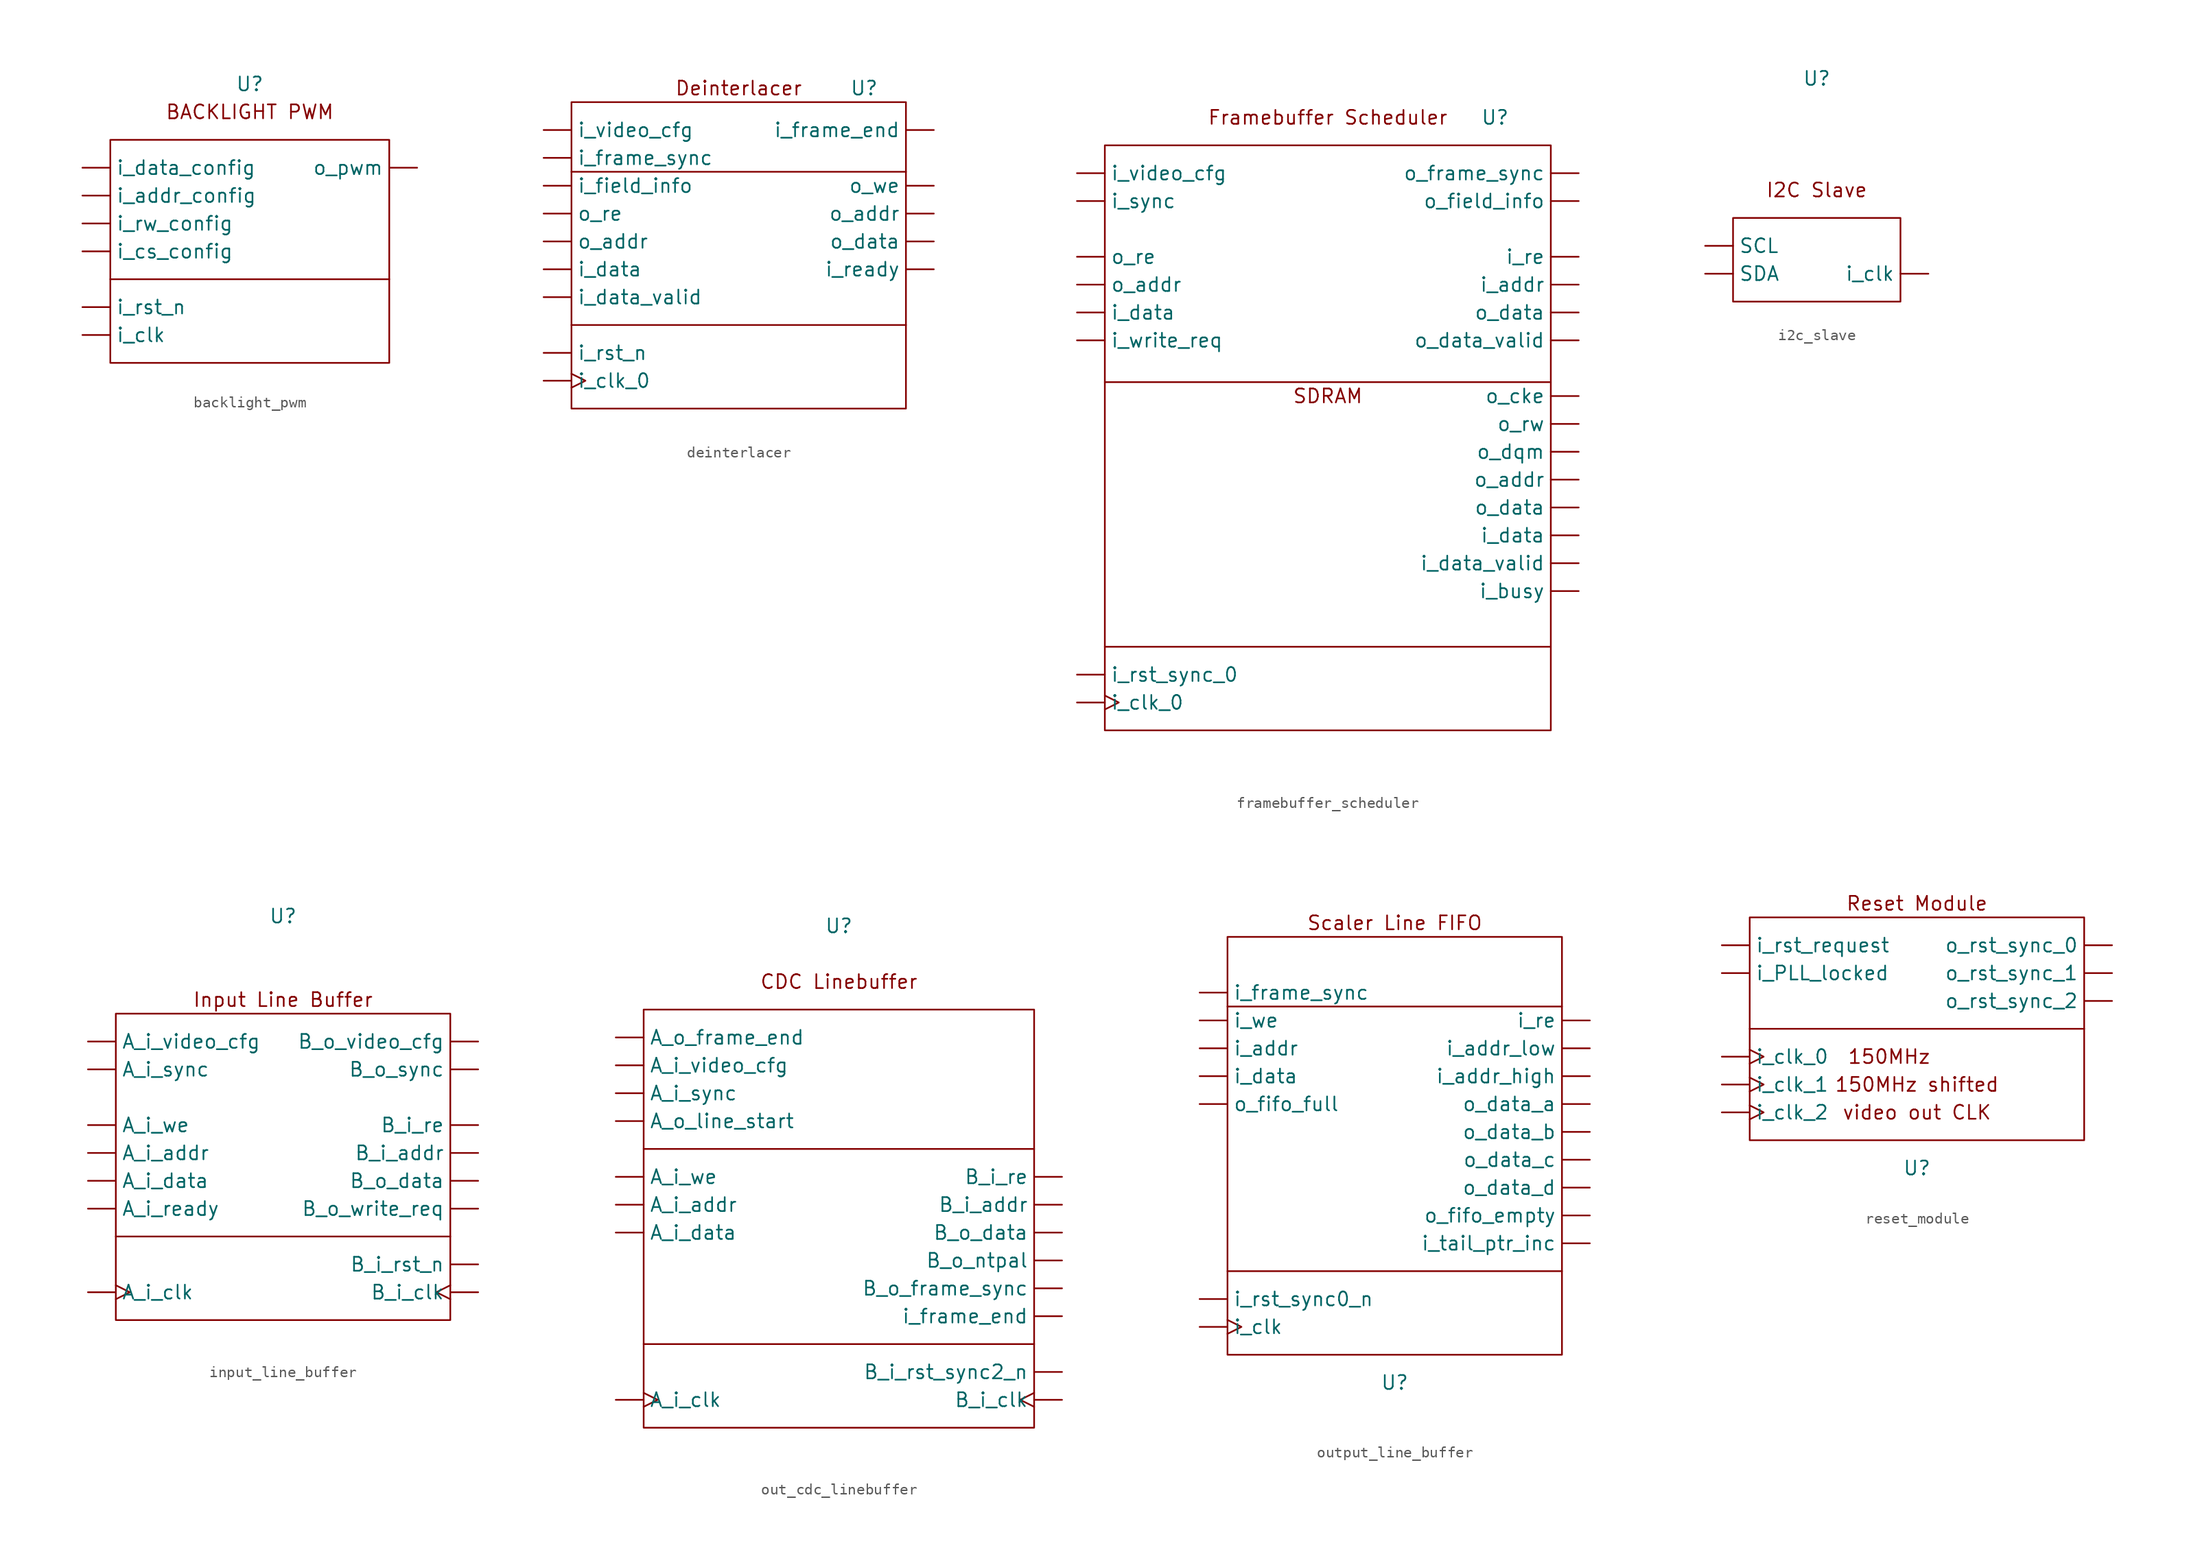
<source format=kicad_sym>
(kicad_symbol_lib
  (version 20220914)
  (generator kicad_symbol_editor)
  (symbol "backlight_pwm"
    (property "Reference" "U"
      (at 0 5.08 0)
      (effects (font (size 1.27 1.27))))
    (property "Value" ""
      (at 0 -2.54 0)
      (effects (font (size 1.27 1.27))))
    (symbol "backlight_pwm_0_1"
      (rectangle (start -12.7 0) (end 12.7 -20.32) (stroke (width 0) (type default)) (fill (type none)))
      (polyline (pts (xy -12.7 -12.7) (xy 12.7 -12.7)) (stroke (width 0) (type default)) (fill (type none))))
    (symbol "backlight_pwm_1_1"
      (text "BACKLIGHT PWM" (at 0 2.54 0) (effects (font (size 1.27 1.27))))
      (pin output line (at -15.24 -5.08 0) (length 2.54) (name "i_addr_config" (effects (font (size 1.27 1.27)))) (number "" (effects (font (size 1.27 1.27)))))
      (pin output line (at -15.24 -17.78 0) (length 2.54) (name "i_clk" (effects (font (size 1.27 1.27)))) (number "" (effects (font (size 1.27 1.27)))))
      (pin output line (at -15.24 -10.16 0) (length 2.54) (name "i_cs_config" (effects (font (size 1.27 1.27)))) (number "" (effects (font (size 1.27 1.27)))))
      (pin output line (at -15.24 -2.54 0) (length 2.54) (name "i_data_config" (effects (font (size 1.27 1.27)))) (number "" (effects (font (size 1.27 1.27)))))
      (pin output line (at -15.24 -15.24 0) (length 2.54) (name "i_rst_n" (effects (font (size 1.27 1.27)))) (number "" (effects (font (size 1.27 1.27)))))
      (pin output line (at -15.24 -7.62 0) (length 2.54) (name "i_rw_config" (effects (font (size 1.27 1.27)))) (number "" (effects (font (size 1.27 1.27)))))
      (pin output line (at 15.24 -2.54 180) (length 2.54) (name "o_pwm" (effects (font (size 1.27 1.27)))) (number "" (effects (font (size 1.27 1.27)))))))
  (symbol "deinterlacer"
    (property "Reference" "U"
      (at 11.43 3.81 0)
      (effects (font (size 1.27 1.27))))
    (property "Value" ""
      (at 1.27 2.54 0)
      (effects (font (size 1.27 1.27))))
    (symbol "deinterlacer_0_1"
      (rectangle (start -15.24 2.54) (end 15.24 -25.4) (stroke (width 0) (type default)) (fill (type none)))
      (polyline (pts (xy -15.24 -17.78) (xy 15.24 -17.78)) (stroke (width 0) (type default)) (fill (type none)))
      (polyline (pts (xy -15.24 -3.81) (xy 15.24 -3.81)) (stroke (width 0) (type default)) (fill (type none))))
    (symbol "deinterlacer_1_1"
      (text "Deinterlacer" (at 0 3.81 0) (effects (font (size 1.27 1.27))))
      (pin input clock (at -17.78 -22.86 0) (length 2.54) (name "i_clk_0" (effects (font (size 1.27 1.27)))) (number "" (effects (font (size 1.27 1.27)))))
      (pin input line (at -17.78 -12.7 0) (length 2.54) (name "i_data" (effects (font (size 1.27 1.27)))) (number "" (effects (font (size 1.27 1.27)))))
      (pin input line (at -17.78 -15.24 0) (length 2.54) (name "i_data_valid" (effects (font (size 1.27 1.27)))) (number "" (effects (font (size 1.27 1.27)))))
      (pin input line (at -17.78 -5.08 0) (length 2.54) (name "i_field_info" (effects (font (size 1.27 1.27)))) (number "" (effects (font (size 1.27 1.27)))))
      (pin input line (at 17.78 0 180) (length 2.54) (name "i_frame_end" (effects (font (size 1.27 1.27)))) (number "" (effects (font (size 1.27 1.27)))))
      (pin input line (at -17.78 -2.54 0) (length 2.54) (name "i_frame_sync" (effects (font (size 1.27 1.27)))) (number "" (effects (font (size 1.27 1.27)))))
      (pin input line (at 17.78 -12.7 180) (length 2.54) (name "i_ready" (effects (font (size 1.27 1.27)))) (number "" (effects (font (size 1.27 1.27)))))
      (pin input line (at -17.78 -20.32 0) (length 2.54) (name "i_rst_n" (effects (font (size 1.27 1.27)))) (number "" (effects (font (size 1.27 1.27)))))
      (pin input line (at -17.78 0 0) (length 2.54) (name "i_video_cfg" (effects (font (size 1.27 1.27)))) (number "" (effects (font (size 1.27 1.27)))))
      (pin output line (at -17.78 -10.16 0) (length 2.54) (name "o_addr" (effects (font (size 1.27 1.27)))) (number "" (effects (font (size 1.27 1.27)))))
      (pin output line (at 17.78 -7.62 180) (length 2.54) (name "o_addr" (effects (font (size 1.27 1.27)))) (number "" (effects (font (size 1.27 1.27)))))
      (pin output line (at 17.78 -10.16 180) (length 2.54) (name "o_data" (effects (font (size 1.27 1.27)))) (number "" (effects (font (size 1.27 1.27)))))
      (pin output line (at -17.78 -7.62 0) (length 2.54) (name "o_re" (effects (font (size 1.27 1.27)))) (number "" (effects (font (size 1.27 1.27)))))
      (pin output line (at 17.78 -5.08 180) (length 2.54) (name "o_we" (effects (font (size 1.27 1.27)))) (number "" (effects (font (size 1.27 1.27)))))))
  (symbol "framebuffer_scheduler"
    (property "Reference" "U"
      (at 15.24 43.18 0)
      (effects (font (size 1.27 1.27))))
    (property "Value" ""
      (at 0 12.7 0)
      (effects (font (size 1.27 1.27))))
    (symbol "framebuffer_scheduler_0_1"
      (rectangle (start -20.32 40.64) (end 20.32 -12.7) (stroke (width 0) (type default)) (fill (type none)))
      (polyline (pts (xy -20.32 -5.08) (xy 20.32 -5.08)) (stroke (width 0) (type default)) (fill (type none)))
      (polyline (pts (xy -20.32 19.05) (xy 20.32 19.05)) (stroke (width 0) (type default)) (fill (type none))))
    (symbol "framebuffer_scheduler_1_1"
      (text "Framebuffer Scheduler" (at 0 43.18 0) (effects (font (size 1.27 1.27))))
      (text "SDRAM" (at 0 17.78 0) (effects (font (size 1.27 1.27))))
      (pin input line (at 22.86 27.94 180) (length 2.54) (name "i_addr" (effects (font (size 1.27 1.27)))) (number "" (effects (font (size 1.27 1.27)))))
      (pin input line (at 22.86 0 180) (length 2.54) (name "i_busy" (effects (font (size 1.27 1.27)))) (number "" (effects (font (size 1.27 1.27)))))
      (pin input clock (at -22.86 -10.16 0) (length 2.54) (name "i_clk_0" (effects (font (size 1.27 1.27)))) (number "" (effects (font (size 1.27 1.27)))))
      (pin input line (at -22.86 25.4 0) (length 2.54) (name "i_data" (effects (font (size 1.27 1.27)))) (number "" (effects (font (size 1.27 1.27)))))
      (pin input line (at 22.86 5.08 180) (length 2.54) (name "i_data" (effects (font (size 1.27 1.27)))) (number "" (effects (font (size 1.27 1.27)))))
      (pin input line (at 22.86 2.54 180) (length 2.54) (name "i_data_valid" (effects (font (size 1.27 1.27)))) (number "" (effects (font (size 1.27 1.27)))))
      (pin input line (at 22.86 30.48 180) (length 2.54) (name "i_re" (effects (font (size 1.27 1.27)))) (number "" (effects (font (size 1.27 1.27)))))
      (pin input line (at -22.86 -7.62 0) (length 2.54) (name "i_rst_sync_0" (effects (font (size 1.27 1.27)))) (number "" (effects (font (size 1.27 1.27)))))
      (pin input line (at -22.86 35.56 0) (length 2.54) (name "i_sync" (effects (font (size 1.27 1.27)))) (number "" (effects (font (size 1.27 1.27)))))
      (pin input line (at -22.86 38.1 0) (length 2.54) (name "i_video_cfg" (effects (font (size 1.27 1.27)))) (number "" (effects (font (size 1.27 1.27)))))
      (pin input line (at -22.86 22.86 0) (length 2.54) (name "i_write_req" (effects (font (size 1.27 1.27)))) (number "" (effects (font (size 1.27 1.27)))))
      (pin output line (at -22.86 27.94 0) (length 2.54) (name "o_addr" (effects (font (size 1.27 1.27)))) (number "" (effects (font (size 1.27 1.27)))))
      (pin output line (at 22.86 10.16 180) (length 2.54) (name "o_addr" (effects (font (size 1.27 1.27)))) (number "" (effects (font (size 1.27 1.27)))))
      (pin output line (at 22.86 17.78 180) (length 2.54) (name "o_cke" (effects (font (size 1.27 1.27)))) (number "" (effects (font (size 1.27 1.27)))))
      (pin output line (at 22.86 7.62 180) (length 2.54) (name "o_data" (effects (font (size 1.27 1.27)))) (number "" (effects (font (size 1.27 1.27)))))
      (pin output line (at 22.86 25.4 180) (length 2.54) (name "o_data" (effects (font (size 1.27 1.27)))) (number "" (effects (font (size 1.27 1.27)))))
      (pin output line (at 22.86 22.86 180) (length 2.54) (name "o_data_valid" (effects (font (size 1.27 1.27)))) (number "" (effects (font (size 1.27 1.27)))))
      (pin input line (at 22.86 12.7 180) (length 2.54) (name "o_dqm" (effects (font (size 1.27 1.27)))) (number "" (effects (font (size 1.27 1.27)))))
      (pin output line (at 22.86 35.56 180) (length 2.54) (name "o_field_info" (effects (font (size 1.27 1.27)))) (number "" (effects (font (size 1.27 1.27)))))
      (pin output line (at 22.86 38.1 180) (length 2.54) (name "o_frame_sync" (effects (font (size 1.27 1.27)))) (number "" (effects (font (size 1.27 1.27)))))
      (pin output line (at -22.86 30.48 0) (length 2.54) (name "o_re" (effects (font (size 1.27 1.27)))) (number "" (effects (font (size 1.27 1.27)))))
      (pin output line (at 22.86 15.24 180) (length 2.54) (name "o_rw" (effects (font (size 1.27 1.27)))) (number "" (effects (font (size 1.27 1.27)))))))
  (symbol "i2c_slave"
    (property "Reference" "U"
      (at 0 12.7 0)
      (effects (font (size 1.27 1.27))))
    (property "Value" ""
      (at 0 0 0)
      (effects (font (size 1.27 1.27))))
    (symbol "i2c_slave_0_1"
      (rectangle (start -7.62 0) (end 7.62 -7.62) (stroke (width 0) (type default)) (fill (type none))))
    (symbol "i2c_slave_1_1"
      (text "I2C Slave" (at 0 2.54 0) (effects (font (size 1.27 1.27))))
      (pin input line (at -10.16 -2.54 0) (length 2.54) (name "SCL" (effects (font (size 1.27 1.27)))) (number "" (effects (font (size 1.27 1.27)))))
      (pin input line (at -10.16 -5.08 0) (length 2.54) (name "SDA" (effects (font (size 1.27 1.27)))) (number "" (effects (font (size 1.27 1.27)))))
      (pin input line (at 10.16 -5.08 180) (length 2.54) (name "i_clk" (effects (font (size 1.27 1.27)))) (number "" (effects (font (size 1.27 1.27)))))))
  (symbol "input_line_buffer"
    (property "Reference" "U"
      (at 0 8.89 0)
      (effects (font (size 1.27 1.27))))
    (property "Value" ""
      (at 0 0 0)
      (effects (font (size 1.27 1.27))))
    (symbol "input_line_buffer_0_1"
      (rectangle (start -15.24 0) (end 15.24 -27.94) (stroke (width 0) (type default)) (fill (type none)))
      (polyline (pts (xy 15.24 -20.32) (xy -15.24 -20.32)) (stroke (width 0) (type default)) (fill (type none))))
    (symbol "input_line_buffer_1_1"
      (text "Input Line Buffer" (at 0 1.27 0) (effects (font (size 1.27 1.27))))
      (pin input line (at -17.78 -12.7 0) (length 2.54) (name "A_i_addr" (effects (font (size 1.27 1.27)))) (number "" (effects (font (size 1.27 1.27)))))
      (pin input clock (at -17.78 -25.4 0) (length 2.54) (name "A_i_clk" (effects (font (size 1.27 1.27)))) (number "" (effects (font (size 1.27 1.27)))))
      (pin input line (at -17.78 -15.24 0) (length 2.54) (name "A_i_data" (effects (font (size 1.27 1.27)))) (number "" (effects (font (size 1.27 1.27)))))
      (pin input line (at -17.78 -17.78 0) (length 2.54) (name "A_i_ready" (effects (font (size 1.27 1.27)))) (number "" (effects (font (size 1.27 1.27)))))
      (pin input line (at -17.78 -5.08 0) (length 2.54) (name "A_i_sync" (effects (font (size 1.27 1.27)))) (number "" (effects (font (size 1.27 1.27)))))
      (pin input line (at -17.78 -2.54 0) (length 2.54) (name "A_i_video_cfg" (effects (font (size 1.27 1.27)))) (number "" (effects (font (size 1.27 1.27)))))
      (pin input line (at -17.78 -10.16 0) (length 2.54) (name "A_i_we" (effects (font (size 1.27 1.27)))) (number "" (effects (font (size 1.27 1.27)))))
      (pin input line (at 17.78 -12.7 180) (length 2.54) (name "B_i_addr" (effects (font (size 1.27 1.27)))) (number "" (effects (font (size 1.27 1.27)))))
      (pin input clock (at 17.78 -25.4 180) (length 2.54) (name "B_i_clk" (effects (font (size 1.27 1.27)))) (number "" (effects (font (size 1.27 1.27)))))
      (pin input line (at 17.78 -10.16 180) (length 2.54) (name "B_i_re" (effects (font (size 1.27 1.27)))) (number "" (effects (font (size 1.27 1.27)))))
      (pin input line (at 17.78 -22.86 180) (length 2.54) (name "B_i_rst_n" (effects (font (size 1.27 1.27)))) (number "" (effects (font (size 1.27 1.27)))))
      (pin output line (at 17.78 -15.24 180) (length 2.54) (name "B_o_data" (effects (font (size 1.27 1.27)))) (number "" (effects (font (size 1.27 1.27)))))
      (pin output line (at 17.78 -5.08 180) (length 2.54) (name "B_o_sync" (effects (font (size 1.27 1.27)))) (number "" (effects (font (size 1.27 1.27)))))
      (pin output line (at 17.78 -2.54 180) (length 2.54) (name "B_o_video_cfg" (effects (font (size 1.27 1.27)))) (number "" (effects (font (size 1.27 1.27)))))
      (pin output line (at 17.78 -17.78 180) (length 2.54) (name "B_o_write_req" (effects (font (size 1.27 1.27)))) (number "" (effects (font (size 1.27 1.27)))))))
  (symbol "out_cdc_linebuffer"
    (property "Reference" "U"
      (at 0 7.62 0)
      (effects (font (size 1.27 1.27))))
    (property "Value" ""
      (at -17.78 0 0)
      (effects (font (size 1.27 1.27))))
    (symbol "out_cdc_linebuffer_0_1"
      (rectangle (start -17.78 0) (end 17.78 -38.1) (stroke (width 0) (type default)) (fill (type none)))
      (polyline (pts (xy -17.78 -30.48) (xy 17.78 -30.48)) (stroke (width 0) (type default)) (fill (type none)))
      (polyline (pts (xy -17.78 -12.7) (xy 17.78 -12.7)) (stroke (width 0) (type default)) (fill (type none))))
    (symbol "out_cdc_linebuffer_1_1"
      (text "CDC Linebuffer" (at 0 2.54 0) (effects (font (size 1.27 1.27))))
      (pin output line (at -20.32 -17.78 0) (length 2.54) (name "A_i_addr" (effects (font (size 1.27 1.27)))) (number "" (effects (font (size 1.27 1.27)))))
      (pin input clock (at -20.32 -35.56 0) (length 2.54) (name "A_i_clk" (effects (font (size 1.27 1.27)))) (number "" (effects (font (size 1.27 1.27)))))
      (pin input line (at -20.32 -20.32 0) (length 2.54) (name "A_i_data" (effects (font (size 1.27 1.27)))) (number "" (effects (font (size 1.27 1.27)))))
      (pin input line (at -20.32 -7.62 0) (length 2.54) (name "A_i_sync" (effects (font (size 1.27 1.27)))) (number "" (effects (font (size 1.27 1.27)))))
      (pin input line (at -20.32 -5.08 0) (length 2.54) (name "A_i_video_cfg" (effects (font (size 1.27 1.27)))) (number "" (effects (font (size 1.27 1.27)))))
      (pin output line (at -20.32 -15.24 0) (length 2.54) (name "A_i_we" (effects (font (size 1.27 1.27)))) (number "" (effects (font (size 1.27 1.27)))))
      (pin input line (at -20.32 -2.54 0) (length 2.54) (name "A_o_frame_end" (effects (font (size 1.27 1.27)))) (number "" (effects (font (size 1.27 1.27)))))
      (pin output line (at -20.32 -10.16 0) (length 2.54) (name "A_o_line_start" (effects (font (size 1.27 1.27)))) (number "" (effects (font (size 1.27 1.27)))))
      (pin input line (at 20.32 -17.78 180) (length 2.54) (name "B_i_addr" (effects (font (size 1.27 1.27)))) (number "" (effects (font (size 1.27 1.27)))))
      (pin input clock (at 20.32 -35.56 180) (length 2.54) (name "B_i_clk" (effects (font (size 1.27 1.27)))) (number "" (effects (font (size 1.27 1.27)))))
      (pin input line (at 20.32 -15.24 180) (length 2.54) (name "B_i_re" (effects (font (size 1.27 1.27)))) (number "" (effects (font (size 1.27 1.27)))))
      (pin input line (at 20.32 -33.02 180) (length 2.54) (name "B_i_rst_sync2_n" (effects (font (size 1.27 1.27)))) (number "" (effects (font (size 1.27 1.27)))))
      (pin output line (at 20.32 -20.32 180) (length 2.54) (name "B_o_data" (effects (font (size 1.27 1.27)))) (number "" (effects (font (size 1.27 1.27)))))
      (pin output line (at 20.32 -25.4 180) (length 2.54) (name "B_o_frame_sync" (effects (font (size 1.27 1.27)))) (number "" (effects (font (size 1.27 1.27)))))
      (pin output line (at 20.32 -22.86 180) (length 2.54) (name "B_o_ntpal" (effects (font (size 1.27 1.27)))) (number "" (effects (font (size 1.27 1.27)))))
      (pin output line (at 20.32 -27.94 180) (length 2.54) (name "i_frame_end" (effects (font (size 1.27 1.27)))) (number "" (effects (font (size 1.27 1.27)))))))
  (symbol "output_line_buffer"
    (property "Reference" "U"
      (at 0 -38.1 0)
      (effects (font (size 1.27 1.27))))
    (property "Value" ""
      (at -11.43 -25.4 0)
      (effects (font (size 1.27 1.27))))
    (symbol "output_line_buffer_0_1"
      (rectangle (start -15.24 2.54) (end 15.24 -35.56) (stroke (width 0) (type default)) (fill (type none)))
      (polyline (pts (xy -15.24 -27.94) (xy 15.24 -27.94)) (stroke (width 0) (type default)) (fill (type none)))
      (polyline (pts (xy -15.24 -3.81) (xy 15.24 -3.81)) (stroke (width 0) (type default)) (fill (type none))))
    (symbol "output_line_buffer_1_1"
      (text "Scaler Line FIFO" (at 0 3.81 0) (effects (font (size 1.27 1.27))))
      (pin input line (at -17.78 -7.62 0) (length 2.54) (name "i_addr" (effects (font (size 1.27 1.27)))) (number "" (effects (font (size 1.27 1.27)))))
      (pin input line (at 17.78 -10.16 180) (length 2.54) (name "i_addr_high" (effects (font (size 1.27 1.27)))) (number "" (effects (font (size 1.27 1.27)))))
      (pin input line (at 17.78 -7.62 180) (length 2.54) (name "i_addr_low" (effects (font (size 1.27 1.27)))) (number "" (effects (font (size 1.27 1.27)))))
      (pin input clock (at -17.78 -33.02 0) (length 2.54) (name "i_clk" (effects (font (size 1.27 1.27)))) (number "" (effects (font (size 1.27 1.27)))))
      (pin input line (at -17.78 -10.16 0) (length 2.54) (name "i_data" (effects (font (size 1.27 1.27)))) (number "" (effects (font (size 1.27 1.27)))))
      (pin input line (at -17.78 -2.54 0) (length 2.54) (name "i_frame_sync" (effects (font (size 1.27 1.27)))) (number "" (effects (font (size 1.27 1.27)))))
      (pin input line (at 17.78 -5.08 180) (length 2.54) (name "i_re" (effects (font (size 1.27 1.27)))) (number "" (effects (font (size 1.27 1.27)))))
      (pin input line (at -17.78 -30.48 0) (length 2.54) (name "i_rst_sync0_n" (effects (font (size 1.27 1.27)))) (number "" (effects (font (size 1.27 1.27)))))
      (pin input line (at 17.78 -25.4 180) (length 2.54) (name "i_tail_ptr_inc" (effects (font (size 1.27 1.27)))) (number "" (effects (font (size 1.27 1.27)))))
      (pin input line (at -17.78 -5.08 0) (length 2.54) (name "i_we" (effects (font (size 1.27 1.27)))) (number "" (effects (font (size 1.27 1.27)))))
      (pin output line (at 17.78 -12.7 180) (length 2.54) (name "o_data_a" (effects (font (size 1.27 1.27)))) (number "" (effects (font (size 1.27 1.27)))))
      (pin output line (at 17.78 -15.24 180) (length 2.54) (name "o_data_b" (effects (font (size 1.27 1.27)))) (number "" (effects (font (size 1.27 1.27)))))
      (pin output line (at 17.78 -17.78 180) (length 2.54) (name "o_data_c" (effects (font (size 1.27 1.27)))) (number "" (effects (font (size 1.27 1.27)))))
      (pin output line (at 17.78 -20.32 180) (length 2.54) (name "o_data_d" (effects (font (size 1.27 1.27)))) (number "" (effects (font (size 1.27 1.27)))))
      (pin output line (at 17.78 -22.86 180) (length 2.54) (name "o_fifo_empty" (effects (font (size 1.27 1.27)))) (number "" (effects (font (size 1.27 1.27)))))
      (pin output line (at -17.78 -12.7 0) (length 2.54) (name "o_fifo_full" (effects (font (size 1.27 1.27)))) (number "" (effects (font (size 1.27 1.27)))))))
  (symbol "reset_module"
    (property "Reference" "U"
      (at 0 -20.32 0)
      (effects (font (size 1.27 1.27))))
    (property "Value" ""
      (at 0 0 0)
      (effects (font (size 1.27 1.27))))
    (symbol "reset_module_0_1"
      (rectangle (start -15.24 2.54) (end 15.24 -17.78) (stroke (width 0) (type default)) (fill (type none)))
      (polyline (pts (xy -15.24 -7.62) (xy 15.24 -7.62)) (stroke (width 0) (type default)) (fill (type none))))
    (symbol "reset_module_1_1"
      (text "150MHz" (at -2.54 -10.16 0) (effects (font (size 1.27 1.27))))
      (text "150MHz shifted" (at 0 -12.7 0) (effects (font (size 1.27 1.27))))
      (text "Reset Module" (at 0 3.81 0) (effects (font (size 1.27 1.27))))
      (text "video out CLK" (at 0 -15.24 0) (effects (font (size 1.27 1.27))))
      (pin input line (at -17.78 -2.54 0) (length 2.54) (name "i_PLL_locked" (effects (font (size 1.27 1.27)))) (number "" (effects (font (size 1.27 1.27)))))
      (pin input clock (at -17.78 -10.16 0) (length 2.54) (name "i_clk_0" (effects (font (size 1.27 1.27)))) (number "" (effects (font (size 1.27 1.27)))))
      (pin input clock (at -17.78 -12.7 0) (length 2.54) (name "i_clk_1" (effects (font (size 1.27 1.27)))) (number "" (effects (font (size 1.27 1.27)))))
      (pin input clock (at -17.78 -15.24 0) (length 2.54) (name "i_clk_2" (effects (font (size 1.27 1.27)))) (number "" (effects (font (size 1.27 1.27)))))
      (pin input line (at -17.78 0 0) (length 2.54) (name "i_rst_request" (effects (font (size 1.27 1.27)))) (number "" (effects (font (size 1.27 1.27)))))
      (pin output line (at 17.78 0 180) (length 2.54) (name "o_rst_sync_0" (effects (font (size 1.27 1.27)))) (number "" (effects (font (size 1.27 1.27)))))
      (pin output line (at 17.78 -2.54 180) (length 2.54) (name "o_rst_sync_1" (effects (font (size 1.27 1.27)))) (number "" (effects (font (size 1.27 1.27)))))
      (pin output line (at 17.78 -5.08 180) (length 2.54) (name "o_rst_sync_2" (effects (font (size 1.27 1.27)))) (number "" (effects (font (size 1.27 1.27))))))))
</source>
